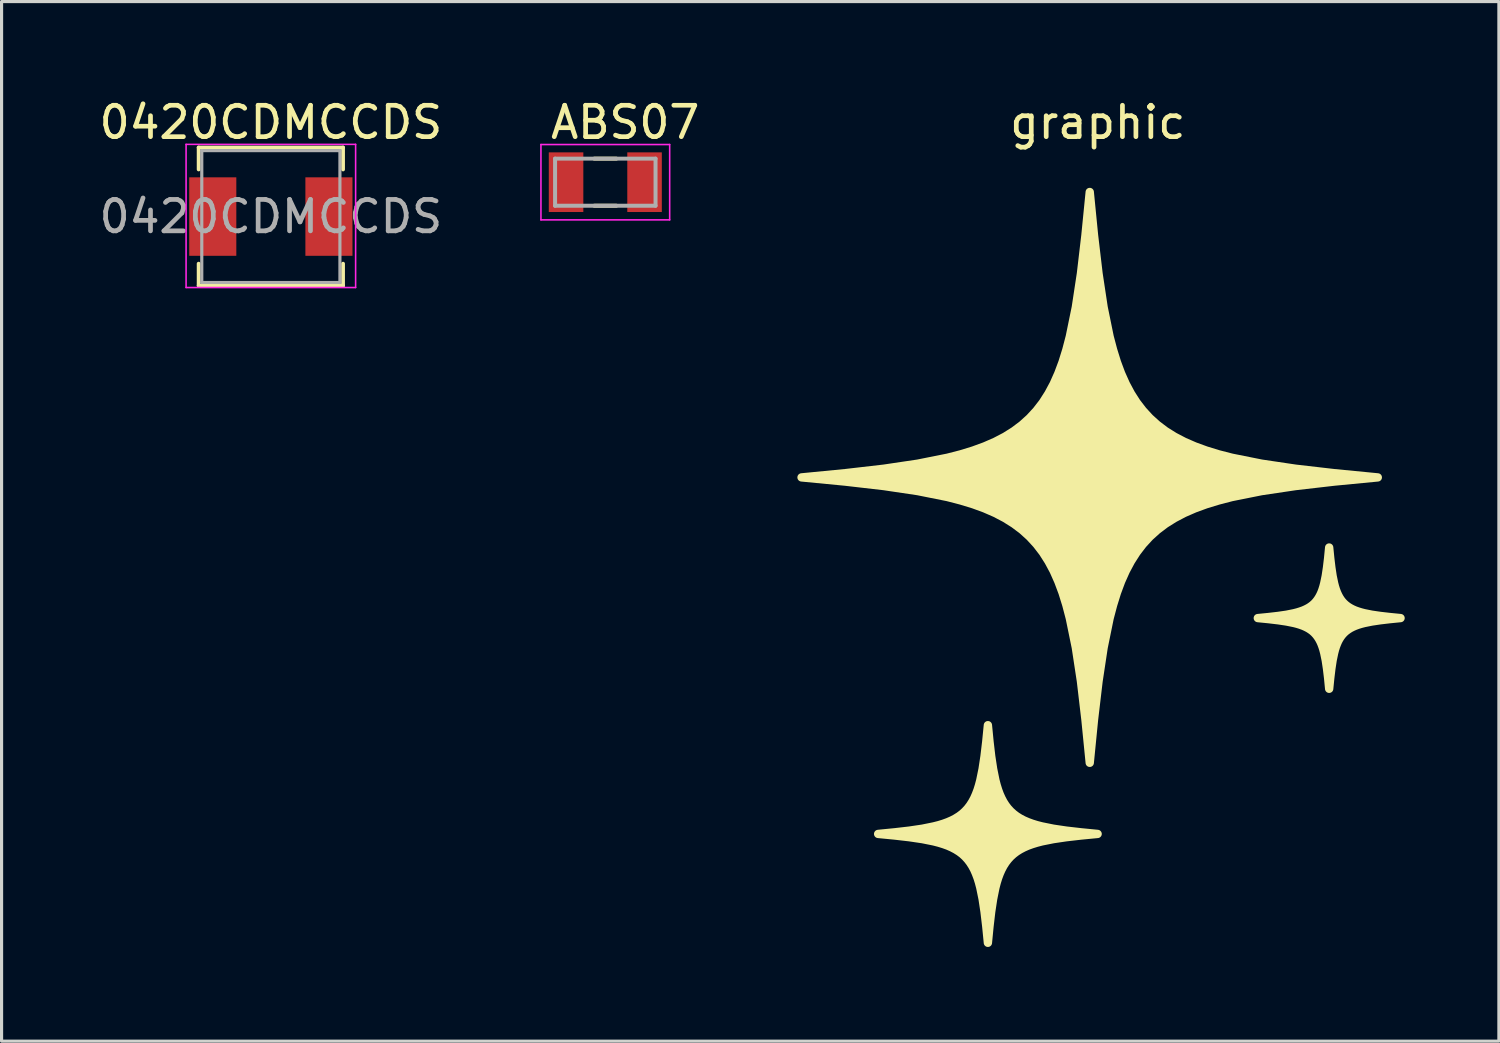
<source format=kicad_pcb>
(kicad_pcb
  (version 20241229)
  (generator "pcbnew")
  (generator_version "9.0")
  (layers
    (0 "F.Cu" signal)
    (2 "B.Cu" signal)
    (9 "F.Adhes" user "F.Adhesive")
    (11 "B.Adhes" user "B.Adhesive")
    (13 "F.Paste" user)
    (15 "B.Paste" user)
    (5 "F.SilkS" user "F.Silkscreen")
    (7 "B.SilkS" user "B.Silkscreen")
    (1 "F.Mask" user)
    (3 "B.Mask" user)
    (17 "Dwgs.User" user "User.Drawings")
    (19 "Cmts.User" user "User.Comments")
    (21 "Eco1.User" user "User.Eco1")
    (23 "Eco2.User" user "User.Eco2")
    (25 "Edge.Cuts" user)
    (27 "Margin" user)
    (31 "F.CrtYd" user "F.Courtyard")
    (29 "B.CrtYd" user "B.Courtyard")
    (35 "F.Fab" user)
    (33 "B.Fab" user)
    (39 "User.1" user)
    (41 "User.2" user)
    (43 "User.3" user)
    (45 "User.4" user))
  (footprint "ABS07"
    (layer "F.Cu")
    (at 16.23 2.753)
    (property "Reference" "ABS07" (at 0.635 -1.905 0) (layer "F.SilkS") (effects (font (size 1 1) (thickness 0.15))))
    (attr through_hole)
    (fp_line (start -0.35 -0.75) (end 0.35 -0.75) (stroke (width 0.127) (type solid)) (layer "F.SilkS"))
    (fp_line (start -0.35 0.75) (end 0.35 0.75) (stroke (width 0.127) (type solid)) (layer "F.SilkS"))
    (fp_line (start -2.05 -1.2) (end 2.05 -1.2) (stroke (width 0.05) (type solid)) (layer "F.CrtYd"))
    (fp_line (start -2.05 1.2) (end -2.05 -1.2) (stroke (width 0.05) (type solid)) (layer "F.CrtYd"))
    (fp_line (start 2.05 -1.2) (end 2.05 1.2) (stroke (width 0.05) (type solid)) (layer "F.CrtYd"))
    (fp_line (start 2.05 1.2) (end -2.05 1.2) (stroke (width 0.05) (type solid)) (layer "F.CrtYd"))
    (fp_line (start -1.6 -0.75) (end 1.6 -0.75) (stroke (width 0.127) (type solid)) (layer "F.Fab"))
    (fp_line (start -1.6 0.75) (end -1.6 -0.75) (stroke (width 0.127) (type solid)) (layer "F.Fab"))
    (fp_line (start 1.6 -0.75) (end 1.6 0.75) (stroke (width 0.127) (type solid)) (layer "F.Fab"))
    (fp_line (start 1.6 0.75) (end -1.6 0.75) (stroke (width 0.127) (type solid)) (layer "F.Fab"))
    (pad "1" smd rect (at -1.25 0) (size 1.1 1.9) (layers "F.Cu" "F.Mask" "F.Paste"))
    (pad "2" smd rect (at 1.25 0) (size 1.1 1.9) (layers "F.Cu" "F.Mask" "F.Paste")))
  (footprint "graphic"
    (layer "F.Cu")
    (at 31.916 0.348)
    (property "Reference" "graphic" (at 0 0.5 0) (layer "F.SilkS") (effects (font (size 1 1) (thickness 0.15))))
    (attr through_hole)
    (fp_poly (pts (xy -3.5 19.7) (xy -3.552 20.225) (xy -3.607 20.69) (xy -3.669 21.098) (xy -3.742 21.455) (xy -3.784 21.615) (xy -3.83 21.763) (xy -3.882 21.901) (xy -3.938 22.028) (xy -4.001 22.145) (xy -4.07 22.253) (xy -4.146 22.352) (xy -4.229 22.442) (xy -4.32 22.525) (xy -4.42 22.6) (xy -4.529 22.668) (xy -4.647 22.73) (xy -4.775 22.786) (xy -4.914 22.837) (xy -5.064 22.883) (xy -5.226 22.924) (xy -5.585 22.997) (xy -5.998 23.058) (xy -6.467 23.112) (xy -6.996 23.164) (xy -6.467 23.215) (xy -5.998 23.269) (xy -5.585 23.33) (xy -5.226 23.402) (xy -5.064 23.444) (xy -4.914 23.49) (xy -4.775 23.54) (xy -4.647 23.597) (xy -4.529 23.659) (xy -4.42 23.727) (xy -4.32 23.802) (xy -4.229 23.885) (xy -4.146 23.976) (xy -4.07 24.075) (xy -4.001 24.183) (xy -3.938 24.3) (xy -3.882 24.428) (xy -3.83 24.566) (xy -3.784 24.714) (xy -3.742 24.875) (xy -3.669 25.232) (xy -3.607 25.641) (xy -3.552 26.106) (xy -3.5 26.632) (xy -3.449 26.106) (xy -3.395 25.641) (xy -3.333 25.232) (xy -3.261 24.875) (xy -3.219 24.714) (xy -3.173 24.565) (xy -3.122 24.428) (xy -3.065 24.3) (xy -3.003 24.183) (xy -2.934 24.075) (xy -2.858 23.976) (xy -2.775 23.885) (xy -2.683 23.802) (xy -2.584 23.727) (xy -2.475 23.659) (xy -2.357 23.597) (xy -2.228 23.54) (xy -2.089 23.49) (xy -1.939 23.444) (xy -1.778 23.402) (xy -1.417 23.33) (xy -1.005 23.269) (xy -0.535 23.215) (xy -0.005 23.164) (xy -0.535 23.112) (xy -1.005 23.058) (xy -1.417 22.997) (xy -1.778 22.924) (xy -1.939 22.883) (xy -2.089 22.837) (xy -2.228 22.786) (xy -2.357 22.73) (xy -2.475 22.668) (xy -2.584 22.6) (xy -2.683 22.525) (xy -2.775 22.442) (xy -2.858 22.352) (xy -2.934 22.253) (xy -3.003 22.145) (xy -3.065 22.028) (xy -3.122 21.901) (xy -3.173 21.763) (xy -3.219 21.615) (xy -3.261 21.455) (xy -3.333 21.098) (xy -3.395 20.69) (xy -3.449 20.225) (xy -3.5 19.7)) (stroke (width 0.265) (type solid)) (fill yes) (layer "F.SilkS"))
    (fp_poly (pts (xy 7.37 18.541) (xy 7.404 18.2) (xy 7.44 17.898) (xy 7.48 17.633) (xy 7.528 17.401) (xy 7.555 17.297) (xy 7.585 17.201) (xy 7.619 17.112) (xy 7.655 17.029) (xy 7.696 16.953) (xy 7.741 16.883) (xy 7.79 16.819) (xy 7.844 16.76) (xy 7.904 16.706) (xy 7.969 16.658) (xy 8.039 16.613) (xy 8.116 16.573) (xy 8.2 16.536) (xy 8.29 16.503) (xy 8.388 16.473) (xy 8.493 16.446) (xy 8.726 16.399) (xy 8.995 16.359) (xy 9.3 16.323) (xy 9.644 16.289) (xy 9.3 16.255) (xy 8.995 16.22) (xy 8.727 16.181) (xy 8.493 16.134) (xy 8.388 16.107) (xy 8.29 16.077) (xy 8.2 16.045) (xy 8.116 16.008) (xy 8.04 15.968) (xy 7.969 15.924) (xy 7.904 15.875) (xy 7.845 15.822) (xy 7.79 15.763) (xy 7.741 15.699) (xy 7.696 15.629) (xy 7.656 15.553) (xy 7.619 15.471) (xy 7.585 15.381) (xy 7.555 15.285) (xy 7.528 15.181) (xy 7.48 14.949) (xy 7.44 14.684) (xy 7.404 14.382) (xy 7.37 14.041) (xy 7.337 14.382) (xy 7.301 14.684) (xy 7.261 14.949) (xy 7.213 15.181) (xy 7.186 15.285) (xy 7.156 15.381) (xy 7.123 15.471) (xy 7.086 15.553) (xy 7.045 15.629) (xy 7 15.699) (xy 6.951 15.763) (xy 6.897 15.822) (xy 6.838 15.875) (xy 6.773 15.924) (xy 6.702 15.968) (xy 6.625 16.008) (xy 6.542 16.045) (xy 6.451 16.077) (xy 6.354 16.107) (xy 6.249 16.134) (xy 6.015 16.181) (xy 5.747 16.22) (xy 5.442 16.255) (xy 5.097 16.289) (xy 5.442 16.323) (xy 5.747 16.359) (xy 6.015 16.399) (xy 6.249 16.446) (xy 6.354 16.473) (xy 6.451 16.503) (xy 6.542 16.536) (xy 6.625 16.573) (xy 6.702 16.613) (xy 6.773 16.658) (xy 6.838 16.706) (xy 6.897 16.76) (xy 6.951 16.819) (xy 7 16.883) (xy 7.045 16.953) (xy 7.086 17.029) (xy 7.123 17.112) (xy 7.156 17.201) (xy 7.186 17.297) (xy 7.213 17.401) (xy 7.261 17.633) (xy 7.301 17.898) (xy 7.337 18.2) (xy 7.37 18.541)) (stroke (width 0.265) (type solid)) (fill yes) (layer "F.SilkS"))
    (fp_poly (pts (xy 8.919 11.808) (xy 7.528 11.673) (xy 6.297 11.531) (xy 5.214 11.37) (xy 4.27 11.181) (xy 3.846 11.072) (xy 3.452 10.951) (xy 3.088 10.818) (xy 2.751 10.671) (xy 2.441 10.509) (xy 2.155 10.33) (xy 1.894 10.133) (xy 1.654 9.916) (xy 1.436 9.679) (xy 1.237 9.42) (xy 1.056 9.137) (xy 0.892 8.83) (xy 0.743 8.496) (xy 0.609 8.135) (xy 0.488 7.745) (xy 0.377 7.325) (xy 0.186 6.389) (xy 0.024 5.316) (xy -0.12 4.096) (xy -0.256 2.717) (xy -0.393 4.096) (xy -0.536 5.316) (xy -0.699 6.389) (xy -0.891 7.325) (xy -1.001 7.745) (xy -1.122 8.135) (xy -1.257 8.496) (xy -1.405 8.83) (xy -1.57 9.137) (xy -1.75 9.42) (xy -1.95 9.679) (xy -2.168 9.916) (xy -2.408 10.133) (xy -2.67 10.33) (xy -2.955 10.509) (xy -3.266 10.671) (xy -3.603 10.818) (xy -3.967 10.951) (xy -4.361 11.072) (xy -4.785 11.181) (xy -5.73 11.37) (xy -6.813 11.531) (xy -8.045 11.673) (xy -9.436 11.808) (xy -8.045 11.942) (xy -6.813 12.084) (xy -5.73 12.245) (xy -4.785 12.434) (xy -4.361 12.544) (xy -3.967 12.664) (xy -3.603 12.797) (xy -3.266 12.944) (xy -2.955 13.107) (xy -2.67 13.286) (xy -2.408 13.483) (xy -2.168 13.7) (xy -1.95 13.937) (xy -1.75 14.197) (xy -1.57 14.48) (xy -1.405 14.787) (xy -1.257 15.121) (xy -1.122 15.482) (xy -1.001 15.872) (xy -0.891 16.292) (xy -0.699 17.228) (xy -0.536 18.301) (xy -0.393 19.521) (xy -0.256 20.899) (xy -0.12 19.521) (xy 0.024 18.301) (xy 0.186 17.228) (xy 0.377 16.292) (xy 0.488 15.872) (xy 0.609 15.482) (xy 0.743 15.121) (xy 0.892 14.787) (xy 1.056 14.48) (xy 1.237 14.197) (xy 1.436 13.937) (xy 1.654 13.7) (xy 1.894 13.483) (xy 2.155 13.286) (xy 2.441 13.107) (xy 2.751 12.944) (xy 3.088 12.797) (xy 3.452 12.664) (xy 3.846 12.544) (xy 4.27 12.434) (xy 5.214 12.245) (xy 6.297 12.084) (xy 7.528 11.942) (xy 8.919 11.808)) (stroke (width 0.265) (type solid)) (fill yes) (layer "F.SilkS")))
  (footprint "0420CDMCCDS"
    (layer "F.Cu")
    (at 5.577 3.848)
    (property "Reference" "0420CDMCCDS" (at 0 -3 0) (layer "F.SilkS") (effects (font (size 1 1) (thickness 0.15))))
    (attr smd)
    (fp_line (start -2.3 -2.2) (end 2.3 -2.2) (stroke (width 0.12) (type solid)) (layer "F.SilkS"))
    (fp_line (start -2.3 -1.5) (end -2.3 -2.2) (stroke (width 0.12) (type solid)) (layer "F.SilkS"))
    (fp_line (start -2.3 2.2) (end -2.3 1.5) (stroke (width 0.12) (type solid)) (layer "F.SilkS"))
    (fp_line (start 2.3 -1.5) (end 2.3 -2.2) (stroke (width 0.12) (type solid)) (layer "F.SilkS"))
    (fp_line (start 2.3 2.2) (end -2.3 2.2) (stroke (width 0.12) (type solid)) (layer "F.SilkS"))
    (fp_line (start 2.3 2.2) (end 2.3 1.5) (stroke (width 0.12) (type solid)) (layer "F.SilkS"))
    (fp_line (start -2.7 -2.3) (end 2.7 -2.3) (stroke (width 0.05) (type solid)) (layer "F.CrtYd"))
    (fp_line (start -2.7 2.26) (end -2.7 -2.3) (stroke (width 0.05) (type solid)) (layer "F.CrtYd"))
    (fp_line (start 2.7 -2.3) (end 2.7 2.26) (stroke (width 0.05) (type solid)) (layer "F.CrtYd"))
    (fp_line (start 2.7 2.26) (end -2.7 2.26) (stroke (width 0.05) (type solid)) (layer "F.CrtYd"))
    (fp_line (start -2.2 -2.1) (end 2.2 -2.1) (stroke (width 0.1) (type solid)) (layer "F.Fab"))
    (fp_line (start -2.2 2.1) (end -2.2 -2.1) (stroke (width 0.1) (type solid)) (layer "F.Fab"))
    (fp_line (start 2.2 -2.1) (end 2.2 2.1) (stroke (width 0.1) (type solid)) (layer "F.Fab"))
    (fp_line (start 2.2 2.1) (end -2.2 2.1) (stroke (width 0.1) (type solid)) (layer "F.Fab"))
    (fp_text user "${REFERENCE}" (at 0 0 0) (layer "F.Fab") (effects (font (size 1 1) (thickness 0.15))))
    (pad "1" smd rect (at -1.85 0) (size 1.5 2.5) (layers "F.Cu" "F.Mask" "F.Paste"))
    (pad "2" smd rect (at 1.85 0) (size 1.5 2.5) (layers "F.Cu" "F.Mask" "F.Paste")))
  (gr_rect
    (start -3 -3)
    (end 44.692 30.112)
    (stroke (width 0.1) (type default))
    (fill no)
    (layer "Edge.Cuts")))
</source>
